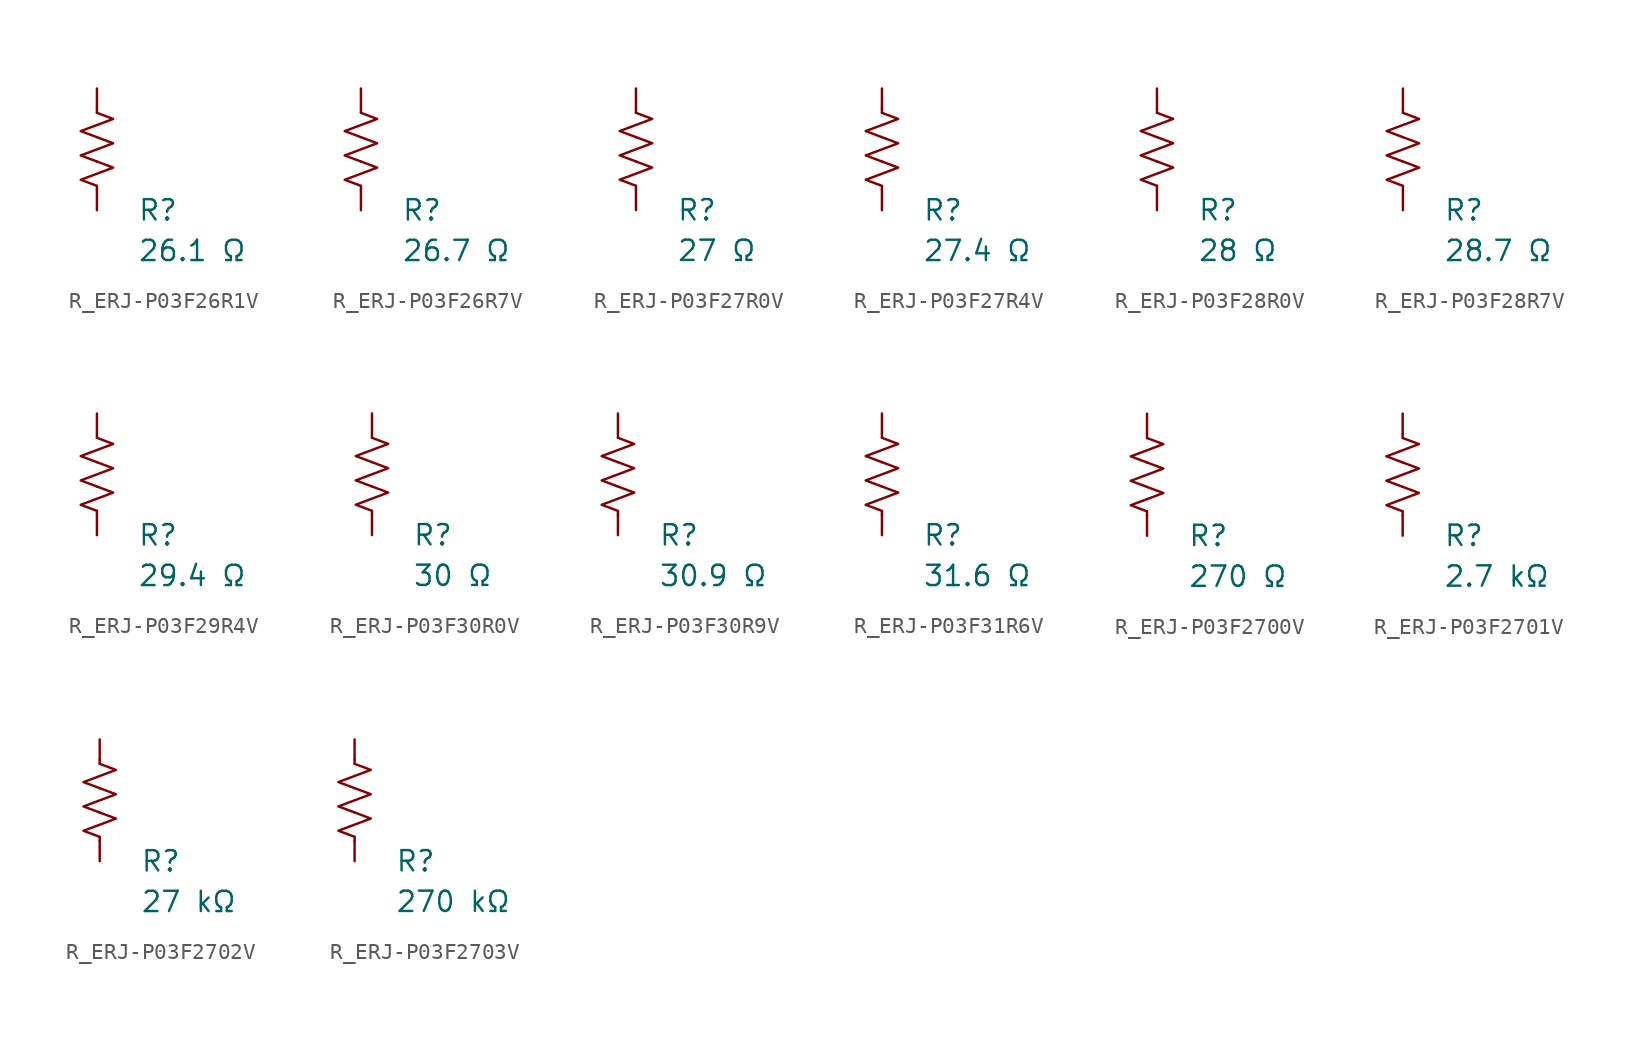
<source format=kicad_sym>
(kicad_symbol_lib
  (version 20231120)
  (generator "kicad_symbol_editor")
  (generator_version "8.0")
  (symbol "R_ERJ-P03F26R1V"
    (pin_numbers hide)
    (pin_names
      (offset 0))
    (property "Reference" "R"
      (at 2.54 -3.81 0)
      (effects (font (size 1.27 1.27)) (justify left))
      (show_name no))
    (property "Value" "26.1 Ω"
      (at 2.54 -6.35 0)
      (effects (font (size 1.27 1.27)) (justify left))
      (show_name no))
    (symbol "R_ERJ-P03F26R1V_0_1"
      (polyline (pts (xy 0 -2.286) (xy 0 -2.54)) (stroke (width 0) (type default)) (fill (type none)))
      (polyline (pts (xy 0 2.286) (xy 0 2.54)) (stroke (width 0) (type default)) (fill (type none)))
      (polyline (pts (xy 0 -0.762) (xy 1.016 -1.143) (xy 0 -1.524) (xy -1.016 -1.905) (xy 0 -2.286)) (stroke (width 0) (type default)) (fill (type none)))
      (polyline (pts (xy 0 0.762) (xy 1.016 0.381) (xy 0 0) (xy -1.016 -0.381) (xy 0 -0.762)) (stroke (width 0) (type default)) (fill (type none)))
      (polyline (pts (xy 0 2.286) (xy 1.016 1.905) (xy 0 1.524) (xy -1.016 1.143) (xy 0 0.762)) (stroke (width 0) (type default)) (fill (type none))))
    (symbol "R_ERJ-P03F26R1V_1_1"
      (pin passive line (at 0 3.81 270) (length 1.27) (name "~" (effects (font (size 1.27 1.27)))) (number "1" (effects (font (size 1.27 1.27)))))
      (pin passive line (at 0 -3.81 90) (length 1.27) (name "~" (effects (font (size 1.27 1.27)))) (number "2" (effects (font (size 1.27 1.27)))))))
  (symbol "R_ERJ-P03F26R7V"
    (pin_numbers hide)
    (pin_names
      (offset 0))
    (property "Reference" "R"
      (at 2.54 -3.81 0)
      (effects (font (size 1.27 1.27)) (justify left))
      (show_name no))
    (property "Value" "26.7 Ω"
      (at 2.54 -6.35 0)
      (effects (font (size 1.27 1.27)) (justify left))
      (show_name no))
    (symbol "R_ERJ-P03F26R7V_0_1"
      (polyline (pts (xy 0 -2.286) (xy 0 -2.54)) (stroke (width 0) (type default)) (fill (type none)))
      (polyline (pts (xy 0 2.286) (xy 0 2.54)) (stroke (width 0) (type default)) (fill (type none)))
      (polyline (pts (xy 0 -0.762) (xy 1.016 -1.143) (xy 0 -1.524) (xy -1.016 -1.905) (xy 0 -2.286)) (stroke (width 0) (type default)) (fill (type none)))
      (polyline (pts (xy 0 0.762) (xy 1.016 0.381) (xy 0 0) (xy -1.016 -0.381) (xy 0 -0.762)) (stroke (width 0) (type default)) (fill (type none)))
      (polyline (pts (xy 0 2.286) (xy 1.016 1.905) (xy 0 1.524) (xy -1.016 1.143) (xy 0 0.762)) (stroke (width 0) (type default)) (fill (type none))))
    (symbol "R_ERJ-P03F26R7V_1_1"
      (pin passive line (at 0 3.81 270) (length 1.27) (name "~" (effects (font (size 1.27 1.27)))) (number "1" (effects (font (size 1.27 1.27)))))
      (pin passive line (at 0 -3.81 90) (length 1.27) (name "~" (effects (font (size 1.27 1.27)))) (number "2" (effects (font (size 1.27 1.27)))))))
  (symbol "R_ERJ-P03F27R0V"
    (pin_numbers hide)
    (pin_names
      (offset 0))
    (property "Reference" "R"
      (at 2.54 -3.81 0)
      (effects (font (size 1.27 1.27)) (justify left))
      (show_name no))
    (property "Value" "27 Ω"
      (at 2.54 -6.35 0)
      (effects (font (size 1.27 1.27)) (justify left))
      (show_name no))
    (symbol "R_ERJ-P03F27R0V_0_1"
      (polyline (pts (xy 0 -2.286) (xy 0 -2.54)) (stroke (width 0) (type default)) (fill (type none)))
      (polyline (pts (xy 0 2.286) (xy 0 2.54)) (stroke (width 0) (type default)) (fill (type none)))
      (polyline (pts (xy 0 -0.762) (xy 1.016 -1.143) (xy 0 -1.524) (xy -1.016 -1.905) (xy 0 -2.286)) (stroke (width 0) (type default)) (fill (type none)))
      (polyline (pts (xy 0 0.762) (xy 1.016 0.381) (xy 0 0) (xy -1.016 -0.381) (xy 0 -0.762)) (stroke (width 0) (type default)) (fill (type none)))
      (polyline (pts (xy 0 2.286) (xy 1.016 1.905) (xy 0 1.524) (xy -1.016 1.143) (xy 0 0.762)) (stroke (width 0) (type default)) (fill (type none))))
    (symbol "R_ERJ-P03F27R0V_1_1"
      (pin passive line (at 0 3.81 270) (length 1.27) (name "~" (effects (font (size 1.27 1.27)))) (number "1" (effects (font (size 1.27 1.27)))))
      (pin passive line (at 0 -3.81 90) (length 1.27) (name "~" (effects (font (size 1.27 1.27)))) (number "2" (effects (font (size 1.27 1.27)))))))
  (symbol "R_ERJ-P03F27R4V"
    (pin_numbers hide)
    (pin_names
      (offset 0))
    (property "Reference" "R"
      (at 2.54 -3.81 0)
      (effects (font (size 1.27 1.27)) (justify left))
      (show_name no))
    (property "Value" "27.4 Ω"
      (at 2.54 -6.35 0)
      (effects (font (size 1.27 1.27)) (justify left))
      (show_name no))
    (symbol "R_ERJ-P03F27R4V_0_1"
      (polyline (pts (xy 0 -2.286) (xy 0 -2.54)) (stroke (width 0) (type default)) (fill (type none)))
      (polyline (pts (xy 0 2.286) (xy 0 2.54)) (stroke (width 0) (type default)) (fill (type none)))
      (polyline (pts (xy 0 -0.762) (xy 1.016 -1.143) (xy 0 -1.524) (xy -1.016 -1.905) (xy 0 -2.286)) (stroke (width 0) (type default)) (fill (type none)))
      (polyline (pts (xy 0 0.762) (xy 1.016 0.381) (xy 0 0) (xy -1.016 -0.381) (xy 0 -0.762)) (stroke (width 0) (type default)) (fill (type none)))
      (polyline (pts (xy 0 2.286) (xy 1.016 1.905) (xy 0 1.524) (xy -1.016 1.143) (xy 0 0.762)) (stroke (width 0) (type default)) (fill (type none))))
    (symbol "R_ERJ-P03F27R4V_1_1"
      (pin passive line (at 0 3.81 270) (length 1.27) (name "~" (effects (font (size 1.27 1.27)))) (number "1" (effects (font (size 1.27 1.27)))))
      (pin passive line (at 0 -3.81 90) (length 1.27) (name "~" (effects (font (size 1.27 1.27)))) (number "2" (effects (font (size 1.27 1.27)))))))
  (symbol "R_ERJ-P03F28R0V"
    (pin_numbers hide)
    (pin_names
      (offset 0))
    (property "Reference" "R"
      (at 2.54 -3.81 0)
      (effects (font (size 1.27 1.27)) (justify left))
      (show_name no))
    (property "Value" "28 Ω"
      (at 2.54 -6.35 0)
      (effects (font (size 1.27 1.27)) (justify left))
      (show_name no))
    (symbol "R_ERJ-P03F28R0V_0_1"
      (polyline (pts (xy 0 -2.286) (xy 0 -2.54)) (stroke (width 0) (type default)) (fill (type none)))
      (polyline (pts (xy 0 2.286) (xy 0 2.54)) (stroke (width 0) (type default)) (fill (type none)))
      (polyline (pts (xy 0 -0.762) (xy 1.016 -1.143) (xy 0 -1.524) (xy -1.016 -1.905) (xy 0 -2.286)) (stroke (width 0) (type default)) (fill (type none)))
      (polyline (pts (xy 0 0.762) (xy 1.016 0.381) (xy 0 0) (xy -1.016 -0.381) (xy 0 -0.762)) (stroke (width 0) (type default)) (fill (type none)))
      (polyline (pts (xy 0 2.286) (xy 1.016 1.905) (xy 0 1.524) (xy -1.016 1.143) (xy 0 0.762)) (stroke (width 0) (type default)) (fill (type none))))
    (symbol "R_ERJ-P03F28R0V_1_1"
      (pin passive line (at 0 3.81 270) (length 1.27) (name "~" (effects (font (size 1.27 1.27)))) (number "1" (effects (font (size 1.27 1.27)))))
      (pin passive line (at 0 -3.81 90) (length 1.27) (name "~" (effects (font (size 1.27 1.27)))) (number "2" (effects (font (size 1.27 1.27)))))))
  (symbol "R_ERJ-P03F28R7V"
    (pin_numbers hide)
    (pin_names
      (offset 0))
    (property "Reference" "R"
      (at 2.54 -3.81 0)
      (effects (font (size 1.27 1.27)) (justify left))
      (show_name no))
    (property "Value" "28.7 Ω"
      (at 2.54 -6.35 0)
      (effects (font (size 1.27 1.27)) (justify left))
      (show_name no))
    (symbol "R_ERJ-P03F28R7V_0_1"
      (polyline (pts (xy 0 -2.286) (xy 0 -2.54)) (stroke (width 0) (type default)) (fill (type none)))
      (polyline (pts (xy 0 2.286) (xy 0 2.54)) (stroke (width 0) (type default)) (fill (type none)))
      (polyline (pts (xy 0 -0.762) (xy 1.016 -1.143) (xy 0 -1.524) (xy -1.016 -1.905) (xy 0 -2.286)) (stroke (width 0) (type default)) (fill (type none)))
      (polyline (pts (xy 0 0.762) (xy 1.016 0.381) (xy 0 0) (xy -1.016 -0.381) (xy 0 -0.762)) (stroke (width 0) (type default)) (fill (type none)))
      (polyline (pts (xy 0 2.286) (xy 1.016 1.905) (xy 0 1.524) (xy -1.016 1.143) (xy 0 0.762)) (stroke (width 0) (type default)) (fill (type none))))
    (symbol "R_ERJ-P03F28R7V_1_1"
      (pin passive line (at 0 3.81 270) (length 1.27) (name "~" (effects (font (size 1.27 1.27)))) (number "1" (effects (font (size 1.27 1.27)))))
      (pin passive line (at 0 -3.81 90) (length 1.27) (name "~" (effects (font (size 1.27 1.27)))) (number "2" (effects (font (size 1.27 1.27)))))))
  (symbol "R_ERJ-P03F29R4V"
    (pin_numbers hide)
    (pin_names
      (offset 0))
    (property "Reference" "R"
      (at 2.54 -3.81 0)
      (effects (font (size 1.27 1.27)) (justify left))
      (show_name no))
    (property "Value" "29.4 Ω"
      (at 2.54 -6.35 0)
      (effects (font (size 1.27 1.27)) (justify left))
      (show_name no))
    (symbol "R_ERJ-P03F29R4V_0_1"
      (polyline (pts (xy 0 -2.286) (xy 0 -2.54)) (stroke (width 0) (type default)) (fill (type none)))
      (polyline (pts (xy 0 2.286) (xy 0 2.54)) (stroke (width 0) (type default)) (fill (type none)))
      (polyline (pts (xy 0 -0.762) (xy 1.016 -1.143) (xy 0 -1.524) (xy -1.016 -1.905) (xy 0 -2.286)) (stroke (width 0) (type default)) (fill (type none)))
      (polyline (pts (xy 0 0.762) (xy 1.016 0.381) (xy 0 0) (xy -1.016 -0.381) (xy 0 -0.762)) (stroke (width 0) (type default)) (fill (type none)))
      (polyline (pts (xy 0 2.286) (xy 1.016 1.905) (xy 0 1.524) (xy -1.016 1.143) (xy 0 0.762)) (stroke (width 0) (type default)) (fill (type none))))
    (symbol "R_ERJ-P03F29R4V_1_1"
      (pin passive line (at 0 3.81 270) (length 1.27) (name "~" (effects (font (size 1.27 1.27)))) (number "1" (effects (font (size 1.27 1.27)))))
      (pin passive line (at 0 -3.81 90) (length 1.27) (name "~" (effects (font (size 1.27 1.27)))) (number "2" (effects (font (size 1.27 1.27)))))))
  (symbol "R_ERJ-P03F30R0V"
    (pin_numbers hide)
    (pin_names
      (offset 0))
    (property "Reference" "R"
      (at 2.54 -3.81 0)
      (effects (font (size 1.27 1.27)) (justify left))
      (show_name no))
    (property "Value" "30 Ω"
      (at 2.54 -6.35 0)
      (effects (font (size 1.27 1.27)) (justify left))
      (show_name no))
    (symbol "R_ERJ-P03F30R0V_0_1"
      (polyline (pts (xy 0 -2.286) (xy 0 -2.54)) (stroke (width 0) (type default)) (fill (type none)))
      (polyline (pts (xy 0 2.286) (xy 0 2.54)) (stroke (width 0) (type default)) (fill (type none)))
      (polyline (pts (xy 0 -0.762) (xy 1.016 -1.143) (xy 0 -1.524) (xy -1.016 -1.905) (xy 0 -2.286)) (stroke (width 0) (type default)) (fill (type none)))
      (polyline (pts (xy 0 0.762) (xy 1.016 0.381) (xy 0 0) (xy -1.016 -0.381) (xy 0 -0.762)) (stroke (width 0) (type default)) (fill (type none)))
      (polyline (pts (xy 0 2.286) (xy 1.016 1.905) (xy 0 1.524) (xy -1.016 1.143) (xy 0 0.762)) (stroke (width 0) (type default)) (fill (type none))))
    (symbol "R_ERJ-P03F30R0V_1_1"
      (pin passive line (at 0 3.81 270) (length 1.27) (name "~" (effects (font (size 1.27 1.27)))) (number "1" (effects (font (size 1.27 1.27)))))
      (pin passive line (at 0 -3.81 90) (length 1.27) (name "~" (effects (font (size 1.27 1.27)))) (number "2" (effects (font (size 1.27 1.27)))))))
  (symbol "R_ERJ-P03F30R9V"
    (pin_numbers hide)
    (pin_names
      (offset 0))
    (property "Reference" "R"
      (at 2.54 -3.81 0)
      (effects (font (size 1.27 1.27)) (justify left))
      (show_name no))
    (property "Value" "30.9 Ω"
      (at 2.54 -6.35 0)
      (effects (font (size 1.27 1.27)) (justify left))
      (show_name no))
    (symbol "R_ERJ-P03F30R9V_0_1"
      (polyline (pts (xy 0 -2.286) (xy 0 -2.54)) (stroke (width 0) (type default)) (fill (type none)))
      (polyline (pts (xy 0 2.286) (xy 0 2.54)) (stroke (width 0) (type default)) (fill (type none)))
      (polyline (pts (xy 0 -0.762) (xy 1.016 -1.143) (xy 0 -1.524) (xy -1.016 -1.905) (xy 0 -2.286)) (stroke (width 0) (type default)) (fill (type none)))
      (polyline (pts (xy 0 0.762) (xy 1.016 0.381) (xy 0 0) (xy -1.016 -0.381) (xy 0 -0.762)) (stroke (width 0) (type default)) (fill (type none)))
      (polyline (pts (xy 0 2.286) (xy 1.016 1.905) (xy 0 1.524) (xy -1.016 1.143) (xy 0 0.762)) (stroke (width 0) (type default)) (fill (type none))))
    (symbol "R_ERJ-P03F30R9V_1_1"
      (pin passive line (at 0 3.81 270) (length 1.27) (name "~" (effects (font (size 1.27 1.27)))) (number "1" (effects (font (size 1.27 1.27)))))
      (pin passive line (at 0 -3.81 90) (length 1.27) (name "~" (effects (font (size 1.27 1.27)))) (number "2" (effects (font (size 1.27 1.27)))))))
  (symbol "R_ERJ-P03F31R6V"
    (pin_numbers hide)
    (pin_names
      (offset 0))
    (property "Reference" "R"
      (at 2.54 -3.81 0)
      (effects (font (size 1.27 1.27)) (justify left))
      (show_name no))
    (property "Value" "31.6 Ω"
      (at 2.54 -6.35 0)
      (effects (font (size 1.27 1.27)) (justify left))
      (show_name no))
    (symbol "R_ERJ-P03F31R6V_0_1"
      (polyline (pts (xy 0 -2.286) (xy 0 -2.54)) (stroke (width 0) (type default)) (fill (type none)))
      (polyline (pts (xy 0 2.286) (xy 0 2.54)) (stroke (width 0) (type default)) (fill (type none)))
      (polyline (pts (xy 0 -0.762) (xy 1.016 -1.143) (xy 0 -1.524) (xy -1.016 -1.905) (xy 0 -2.286)) (stroke (width 0) (type default)) (fill (type none)))
      (polyline (pts (xy 0 0.762) (xy 1.016 0.381) (xy 0 0) (xy -1.016 -0.381) (xy 0 -0.762)) (stroke (width 0) (type default)) (fill (type none)))
      (polyline (pts (xy 0 2.286) (xy 1.016 1.905) (xy 0 1.524) (xy -1.016 1.143) (xy 0 0.762)) (stroke (width 0) (type default)) (fill (type none))))
    (symbol "R_ERJ-P03F31R6V_1_1"
      (pin passive line (at 0 3.81 270) (length 1.27) (name "~" (effects (font (size 1.27 1.27)))) (number "1" (effects (font (size 1.27 1.27)))))
      (pin passive line (at 0 -3.81 90) (length 1.27) (name "~" (effects (font (size 1.27 1.27)))) (number "2" (effects (font (size 1.27 1.27)))))))
  (symbol "R_ERJ-P03F2700V"
    (pin_numbers hide)
    (pin_names
      (offset 0))
    (property "Reference" "R"
      (at 2.54 -3.81 0)
      (effects (font (size 1.27 1.27)) (justify left))
      (show_name no))
    (property "Value" "270 Ω"
      (at 2.54 -6.35 0)
      (effects (font (size 1.27 1.27)) (justify left))
      (show_name no))
    (symbol "R_ERJ-P03F2700V_0_1"
      (polyline (pts (xy 0 -2.286) (xy 0 -2.54)) (stroke (width 0) (type default)) (fill (type none)))
      (polyline (pts (xy 0 2.286) (xy 0 2.54)) (stroke (width 0) (type default)) (fill (type none)))
      (polyline (pts (xy 0 -0.762) (xy 1.016 -1.143) (xy 0 -1.524) (xy -1.016 -1.905) (xy 0 -2.286)) (stroke (width 0) (type default)) (fill (type none)))
      (polyline (pts (xy 0 0.762) (xy 1.016 0.381) (xy 0 0) (xy -1.016 -0.381) (xy 0 -0.762)) (stroke (width 0) (type default)) (fill (type none)))
      (polyline (pts (xy 0 2.286) (xy 1.016 1.905) (xy 0 1.524) (xy -1.016 1.143) (xy 0 0.762)) (stroke (width 0) (type default)) (fill (type none))))
    (symbol "R_ERJ-P03F2700V_1_1"
      (pin passive line (at 0 3.81 270) (length 1.27) (name "~" (effects (font (size 1.27 1.27)))) (number "1" (effects (font (size 1.27 1.27)))))
      (pin passive line (at 0 -3.81 90) (length 1.27) (name "~" (effects (font (size 1.27 1.27)))) (number "2" (effects (font (size 1.27 1.27)))))))
  (symbol "R_ERJ-P03F2701V"
    (pin_numbers hide)
    (pin_names
      (offset 0))
    (property "Reference" "R"
      (at 2.54 -3.81 0)
      (effects (font (size 1.27 1.27)) (justify left))
      (show_name no))
    (property "Value" "2.7 kΩ"
      (at 2.54 -6.35 0)
      (effects (font (size 1.27 1.27)) (justify left))
      (show_name no))
    (symbol "R_ERJ-P03F2701V_0_1"
      (polyline (pts (xy 0 -2.286) (xy 0 -2.54)) (stroke (width 0) (type default)) (fill (type none)))
      (polyline (pts (xy 0 2.286) (xy 0 2.54)) (stroke (width 0) (type default)) (fill (type none)))
      (polyline (pts (xy 0 -0.762) (xy 1.016 -1.143) (xy 0 -1.524) (xy -1.016 -1.905) (xy 0 -2.286)) (stroke (width 0) (type default)) (fill (type none)))
      (polyline (pts (xy 0 0.762) (xy 1.016 0.381) (xy 0 0) (xy -1.016 -0.381) (xy 0 -0.762)) (stroke (width 0) (type default)) (fill (type none)))
      (polyline (pts (xy 0 2.286) (xy 1.016 1.905) (xy 0 1.524) (xy -1.016 1.143) (xy 0 0.762)) (stroke (width 0) (type default)) (fill (type none))))
    (symbol "R_ERJ-P03F2701V_1_1"
      (pin passive line (at 0 3.81 270) (length 1.27) (name "~" (effects (font (size 1.27 1.27)))) (number "1" (effects (font (size 1.27 1.27)))))
      (pin passive line (at 0 -3.81 90) (length 1.27) (name "~" (effects (font (size 1.27 1.27)))) (number "2" (effects (font (size 1.27 1.27)))))))
  (symbol "R_ERJ-P03F2702V"
    (pin_numbers hide)
    (pin_names
      (offset 0))
    (property "Reference" "R"
      (at 2.54 -3.81 0)
      (effects (font (size 1.27 1.27)) (justify left))
      (show_name no))
    (property "Value" "27 kΩ"
      (at 2.54 -6.35 0)
      (effects (font (size 1.27 1.27)) (justify left))
      (show_name no))
    (symbol "R_ERJ-P03F2702V_0_1"
      (polyline (pts (xy 0 -2.286) (xy 0 -2.54)) (stroke (width 0) (type default)) (fill (type none)))
      (polyline (pts (xy 0 2.286) (xy 0 2.54)) (stroke (width 0) (type default)) (fill (type none)))
      (polyline (pts (xy 0 -0.762) (xy 1.016 -1.143) (xy 0 -1.524) (xy -1.016 -1.905) (xy 0 -2.286)) (stroke (width 0) (type default)) (fill (type none)))
      (polyline (pts (xy 0 0.762) (xy 1.016 0.381) (xy 0 0) (xy -1.016 -0.381) (xy 0 -0.762)) (stroke (width 0) (type default)) (fill (type none)))
      (polyline (pts (xy 0 2.286) (xy 1.016 1.905) (xy 0 1.524) (xy -1.016 1.143) (xy 0 0.762)) (stroke (width 0) (type default)) (fill (type none))))
    (symbol "R_ERJ-P03F2702V_1_1"
      (pin passive line (at 0 3.81 270) (length 1.27) (name "~" (effects (font (size 1.27 1.27)))) (number "1" (effects (font (size 1.27 1.27)))))
      (pin passive line (at 0 -3.81 90) (length 1.27) (name "~" (effects (font (size 1.27 1.27)))) (number "2" (effects (font (size 1.27 1.27)))))))
  (symbol "R_ERJ-P03F2703V"
    (pin_numbers hide)
    (pin_names
      (offset 0))
    (property "Reference" "R"
      (at 2.54 -3.81 0)
      (effects (font (size 1.27 1.27)) (justify left))
      (show_name no))
    (property "Value" "270 kΩ"
      (at 2.54 -6.35 0)
      (effects (font (size 1.27 1.27)) (justify left))
      (show_name no))
    (symbol "R_ERJ-P03F2703V_0_1"
      (polyline (pts (xy 0 -2.286) (xy 0 -2.54)) (stroke (width 0) (type default)) (fill (type none)))
      (polyline (pts (xy 0 2.286) (xy 0 2.54)) (stroke (width 0) (type default)) (fill (type none)))
      (polyline (pts (xy 0 -0.762) (xy 1.016 -1.143) (xy 0 -1.524) (xy -1.016 -1.905) (xy 0 -2.286)) (stroke (width 0) (type default)) (fill (type none)))
      (polyline (pts (xy 0 0.762) (xy 1.016 0.381) (xy 0 0) (xy -1.016 -0.381) (xy 0 -0.762)) (stroke (width 0) (type default)) (fill (type none)))
      (polyline (pts (xy 0 2.286) (xy 1.016 1.905) (xy 0 1.524) (xy -1.016 1.143) (xy 0 0.762)) (stroke (width 0) (type default)) (fill (type none))))
    (symbol "R_ERJ-P03F2703V_1_1"
      (pin passive line (at 0 3.81 270) (length 1.27) (name "~" (effects (font (size 1.27 1.27)))) (number "1" (effects (font (size 1.27 1.27)))))
      (pin passive line (at 0 -3.81 90) (length 1.27) (name "~" (effects (font (size 1.27 1.27)))) (number "2" (effects (font (size 1.27 1.27))))))))
</source>
